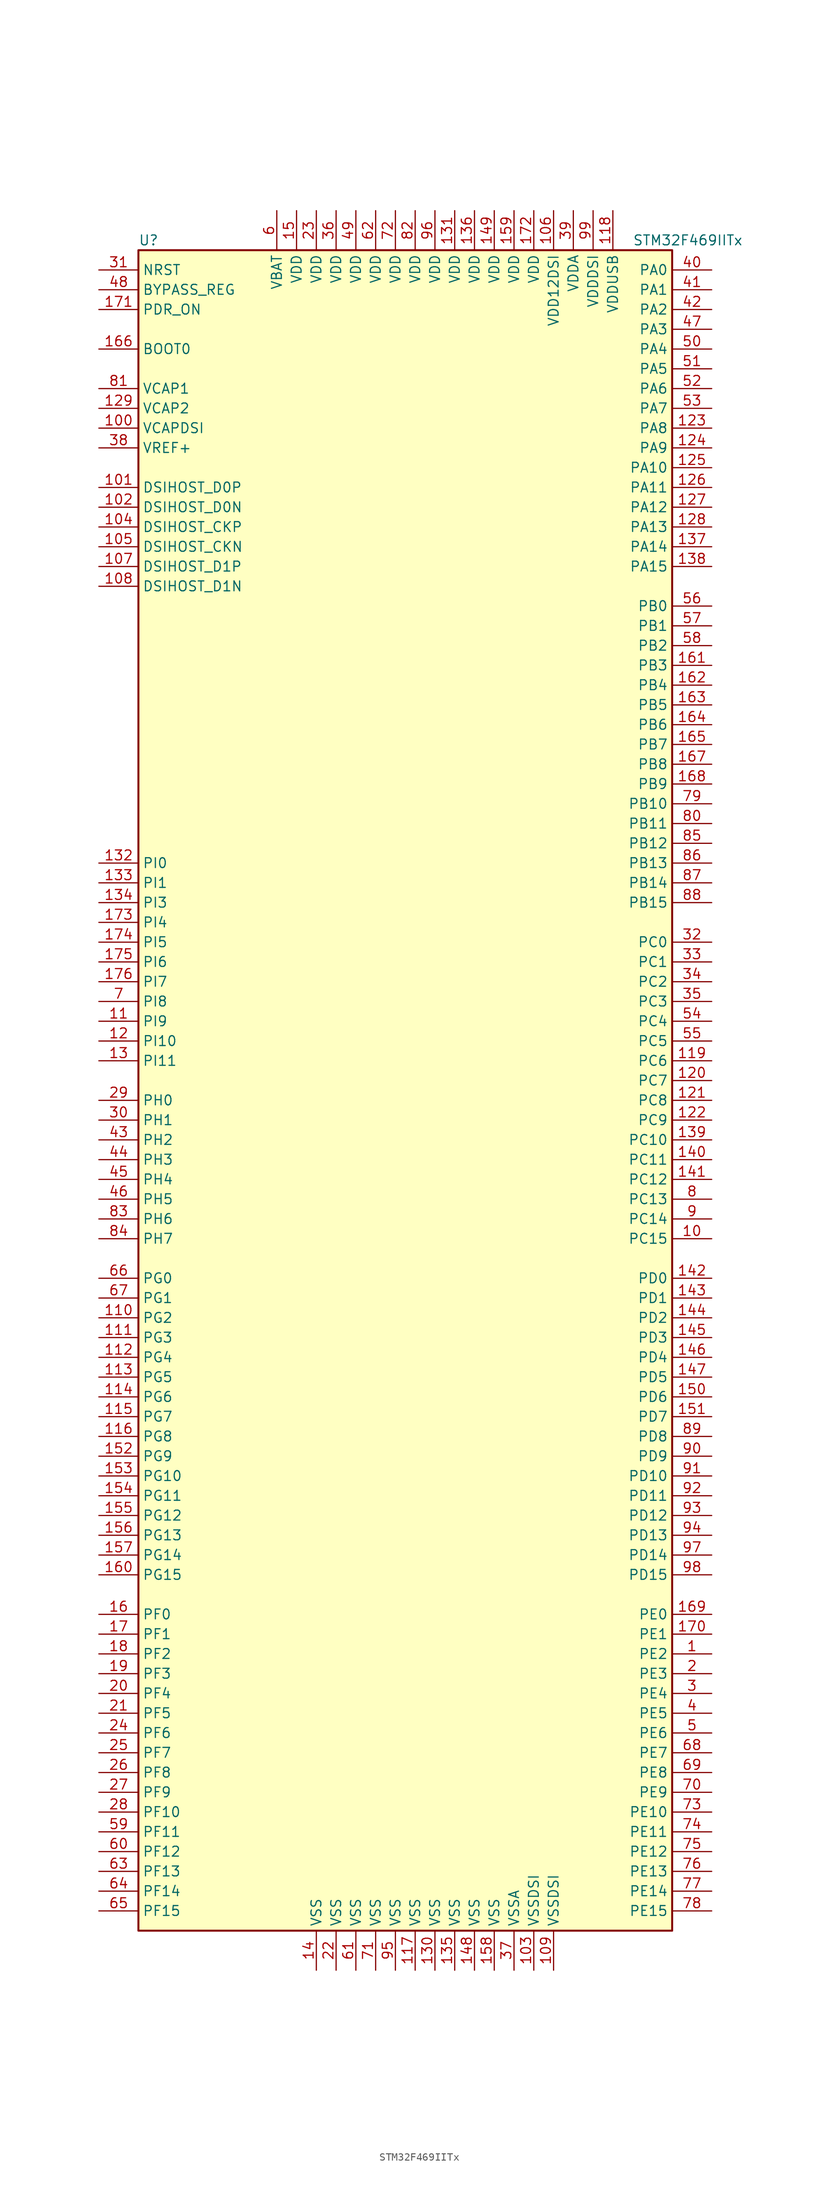
<source format=kicad_sym>
(kicad_symbol_lib
  (version 20201005)
  (generator kicad_symbol_editor)
  (symbol "STM32F469IITx"
    (property "Reference" "U"
      (at -35.56 107.95 0)
      (effects (font (size 1.27 1.27)) (justify left)))
    (property "Value" "STM32F469IITx"
      (at 27.94 107.95 0)
      (effects (font (size 1.27 1.27)) (justify left)))
    (symbol "STM32F469IITx_0_1"
      (rectangle (start -35.56 -109.22) (end 33.02 106.68) (stroke (width 0.254)) (fill (type background))))
    (symbol "STM32F469IITx_1_1"
      (pin bidirectional line (at 38.1 -73.66 180) (length 5.08) (name "PE2" (effects (font (size 1.27 1.27)))) (number "1" (effects (font (size 1.27 1.27)))))
      (pin bidirectional line (at 38.1 -20.32 180) (length 5.08) (name "PC15" (effects (font (size 1.27 1.27)))) (number "10" (effects (font (size 1.27 1.27)))))
      (pin power_in line (at -40.64 83.82 0) (length 5.08) (name "VCAPDSI" (effects (font (size 1.27 1.27)))) (number "100" (effects (font (size 1.27 1.27)))))
      (pin bidirectional line (at -40.64 76.2 0) (length 5.08) (name "DSIHOST_D0P" (effects (font (size 1.27 1.27)))) (number "101" (effects (font (size 1.27 1.27)))))
      (pin bidirectional line (at -40.64 73.66 0) (length 5.08) (name "DSIHOST_D0N" (effects (font (size 1.27 1.27)))) (number "102" (effects (font (size 1.27 1.27)))))
      (pin power_in line (at 15.24 -114.3 90) (length 5.08) (name "VSSDSI" (effects (font (size 1.27 1.27)))) (number "103" (effects (font (size 1.27 1.27)))))
      (pin bidirectional line (at -40.64 71.12 0) (length 5.08) (name "DSIHOST_CKP" (effects (font (size 1.27 1.27)))) (number "104" (effects (font (size 1.27 1.27)))))
      (pin bidirectional line (at -40.64 68.58 0) (length 5.08) (name "DSIHOST_CKN" (effects (font (size 1.27 1.27)))) (number "105" (effects (font (size 1.27 1.27)))))
      (pin power_in line (at 17.78 111.76 270) (length 5.08) (name "VDD12DSI" (effects (font (size 1.27 1.27)))) (number "106" (effects (font (size 1.27 1.27)))))
      (pin bidirectional line (at -40.64 66.04 0) (length 5.08) (name "DSIHOST_D1P" (effects (font (size 1.27 1.27)))) (number "107" (effects (font (size 1.27 1.27)))))
      (pin bidirectional line (at -40.64 63.5 0) (length 5.08) (name "DSIHOST_D1N" (effects (font (size 1.27 1.27)))) (number "108" (effects (font (size 1.27 1.27)))))
      (pin power_in line (at 17.78 -114.3 90) (length 5.08) (name "VSSDSI" (effects (font (size 1.27 1.27)))) (number "109" (effects (font (size 1.27 1.27)))))
      (pin bidirectional line (at -40.64 7.62 0) (length 5.08) (name "PI9" (effects (font (size 1.27 1.27)))) (number "11" (effects (font (size 1.27 1.27)))))
      (pin bidirectional line (at -40.64 -30.48 0) (length 5.08) (name "PG2" (effects (font (size 1.27 1.27)))) (number "110" (effects (font (size 1.27 1.27)))))
      (pin bidirectional line (at -40.64 -33.02 0) (length 5.08) (name "PG3" (effects (font (size 1.27 1.27)))) (number "111" (effects (font (size 1.27 1.27)))))
      (pin bidirectional line (at -40.64 -35.56 0) (length 5.08) (name "PG4" (effects (font (size 1.27 1.27)))) (number "112" (effects (font (size 1.27 1.27)))))
      (pin bidirectional line (at -40.64 -38.1 0) (length 5.08) (name "PG5" (effects (font (size 1.27 1.27)))) (number "113" (effects (font (size 1.27 1.27)))))
      (pin bidirectional line (at -40.64 -40.64 0) (length 5.08) (name "PG6" (effects (font (size 1.27 1.27)))) (number "114" (effects (font (size 1.27 1.27)))))
      (pin bidirectional line (at -40.64 -43.18 0) (length 5.08) (name "PG7" (effects (font (size 1.27 1.27)))) (number "115" (effects (font (size 1.27 1.27)))))
      (pin bidirectional line (at -40.64 -45.72 0) (length 5.08) (name "PG8" (effects (font (size 1.27 1.27)))) (number "116" (effects (font (size 1.27 1.27)))))
      (pin power_in line (at 0 -114.3 90) (length 5.08) (name "VSS" (effects (font (size 1.27 1.27)))) (number "117" (effects (font (size 1.27 1.27)))))
      (pin power_in line (at 25.4 111.76 270) (length 5.08) (name "VDDUSB" (effects (font (size 1.27 1.27)))) (number "118" (effects (font (size 1.27 1.27)))))
      (pin bidirectional line (at 38.1 2.54 180) (length 5.08) (name "PC6" (effects (font (size 1.27 1.27)))) (number "119" (effects (font (size 1.27 1.27)))))
      (pin bidirectional line (at -40.64 5.08 0) (length 5.08) (name "PI10" (effects (font (size 1.27 1.27)))) (number "12" (effects (font (size 1.27 1.27)))))
      (pin bidirectional line (at 38.1 0 180) (length 5.08) (name "PC7" (effects (font (size 1.27 1.27)))) (number "120" (effects (font (size 1.27 1.27)))))
      (pin bidirectional line (at 38.1 -2.54 180) (length 5.08) (name "PC8" (effects (font (size 1.27 1.27)))) (number "121" (effects (font (size 1.27 1.27)))))
      (pin bidirectional line (at 38.1 -5.08 180) (length 5.08) (name "PC9" (effects (font (size 1.27 1.27)))) (number "122" (effects (font (size 1.27 1.27)))))
      (pin bidirectional line (at 38.1 83.82 180) (length 5.08) (name "PA8" (effects (font (size 1.27 1.27)))) (number "123" (effects (font (size 1.27 1.27)))))
      (pin bidirectional line (at 38.1 81.28 180) (length 5.08) (name "PA9" (effects (font (size 1.27 1.27)))) (number "124" (effects (font (size 1.27 1.27)))))
      (pin bidirectional line (at 38.1 78.74 180) (length 5.08) (name "PA10" (effects (font (size 1.27 1.27)))) (number "125" (effects (font (size 1.27 1.27)))))
      (pin bidirectional line (at 38.1 76.2 180) (length 5.08) (name "PA11" (effects (font (size 1.27 1.27)))) (number "126" (effects (font (size 1.27 1.27)))))
      (pin bidirectional line (at 38.1 73.66 180) (length 5.08) (name "PA12" (effects (font (size 1.27 1.27)))) (number "127" (effects (font (size 1.27 1.27)))))
      (pin bidirectional line (at 38.1 71.12 180) (length 5.08) (name "PA13" (effects (font (size 1.27 1.27)))) (number "128" (effects (font (size 1.27 1.27)))))
      (pin power_in line (at -40.64 86.36 0) (length 5.08) (name "VCAP2" (effects (font (size 1.27 1.27)))) (number "129" (effects (font (size 1.27 1.27)))))
      (pin bidirectional line (at -40.64 2.54 0) (length 5.08) (name "PI11" (effects (font (size 1.27 1.27)))) (number "13" (effects (font (size 1.27 1.27)))))
      (pin power_in line (at 2.54 -114.3 90) (length 5.08) (name "VSS" (effects (font (size 1.27 1.27)))) (number "130" (effects (font (size 1.27 1.27)))))
      (pin power_in line (at 5.08 111.76 270) (length 5.08) (name "VDD" (effects (font (size 1.27 1.27)))) (number "131" (effects (font (size 1.27 1.27)))))
      (pin bidirectional line (at -40.64 27.94 0) (length 5.08) (name "PI0" (effects (font (size 1.27 1.27)))) (number "132" (effects (font (size 1.27 1.27)))))
      (pin bidirectional line (at -40.64 25.4 0) (length 5.08) (name "PI1" (effects (font (size 1.27 1.27)))) (number "133" (effects (font (size 1.27 1.27)))))
      (pin bidirectional line (at -40.64 22.86 0) (length 5.08) (name "PI3" (effects (font (size 1.27 1.27)))) (number "134" (effects (font (size 1.27 1.27)))))
      (pin power_in line (at 5.08 -114.3 90) (length 5.08) (name "VSS" (effects (font (size 1.27 1.27)))) (number "135" (effects (font (size 1.27 1.27)))))
      (pin power_in line (at 7.62 111.76 270) (length 5.08) (name "VDD" (effects (font (size 1.27 1.27)))) (number "136" (effects (font (size 1.27 1.27)))))
      (pin bidirectional line (at 38.1 68.58 180) (length 5.08) (name "PA14" (effects (font (size 1.27 1.27)))) (number "137" (effects (font (size 1.27 1.27)))))
      (pin bidirectional line (at 38.1 66.04 180) (length 5.08) (name "PA15" (effects (font (size 1.27 1.27)))) (number "138" (effects (font (size 1.27 1.27)))))
      (pin bidirectional line (at 38.1 -7.62 180) (length 5.08) (name "PC10" (effects (font (size 1.27 1.27)))) (number "139" (effects (font (size 1.27 1.27)))))
      (pin power_in line (at -12.7 -114.3 90) (length 5.08) (name "VSS" (effects (font (size 1.27 1.27)))) (number "14" (effects (font (size 1.27 1.27)))))
      (pin bidirectional line (at 38.1 -10.16 180) (length 5.08) (name "PC11" (effects (font (size 1.27 1.27)))) (number "140" (effects (font (size 1.27 1.27)))))
      (pin bidirectional line (at 38.1 -12.7 180) (length 5.08) (name "PC12" (effects (font (size 1.27 1.27)))) (number "141" (effects (font (size 1.27 1.27)))))
      (pin bidirectional line (at 38.1 -25.4 180) (length 5.08) (name "PD0" (effects (font (size 1.27 1.27)))) (number "142" (effects (font (size 1.27 1.27)))))
      (pin bidirectional line (at 38.1 -27.94 180) (length 5.08) (name "PD1" (effects (font (size 1.27 1.27)))) (number "143" (effects (font (size 1.27 1.27)))))
      (pin bidirectional line (at 38.1 -30.48 180) (length 5.08) (name "PD2" (effects (font (size 1.27 1.27)))) (number "144" (effects (font (size 1.27 1.27)))))
      (pin bidirectional line (at 38.1 -33.02 180) (length 5.08) (name "PD3" (effects (font (size 1.27 1.27)))) (number "145" (effects (font (size 1.27 1.27)))))
      (pin bidirectional line (at 38.1 -35.56 180) (length 5.08) (name "PD4" (effects (font (size 1.27 1.27)))) (number "146" (effects (font (size 1.27 1.27)))))
      (pin bidirectional line (at 38.1 -38.1 180) (length 5.08) (name "PD5" (effects (font (size 1.27 1.27)))) (number "147" (effects (font (size 1.27 1.27)))))
      (pin power_in line (at 7.62 -114.3 90) (length 5.08) (name "VSS" (effects (font (size 1.27 1.27)))) (number "148" (effects (font (size 1.27 1.27)))))
      (pin power_in line (at 10.16 111.76 270) (length 5.08) (name "VDD" (effects (font (size 1.27 1.27)))) (number "149" (effects (font (size 1.27 1.27)))))
      (pin power_in line (at -15.24 111.76 270) (length 5.08) (name "VDD" (effects (font (size 1.27 1.27)))) (number "15" (effects (font (size 1.27 1.27)))))
      (pin bidirectional line (at 38.1 -40.64 180) (length 5.08) (name "PD6" (effects (font (size 1.27 1.27)))) (number "150" (effects (font (size 1.27 1.27)))))
      (pin bidirectional line (at 38.1 -43.18 180) (length 5.08) (name "PD7" (effects (font (size 1.27 1.27)))) (number "151" (effects (font (size 1.27 1.27)))))
      (pin bidirectional line (at -40.64 -48.26 0) (length 5.08) (name "PG9" (effects (font (size 1.27 1.27)))) (number "152" (effects (font (size 1.27 1.27)))))
      (pin bidirectional line (at -40.64 -50.8 0) (length 5.08) (name "PG10" (effects (font (size 1.27 1.27)))) (number "153" (effects (font (size 1.27 1.27)))))
      (pin bidirectional line (at -40.64 -53.34 0) (length 5.08) (name "PG11" (effects (font (size 1.27 1.27)))) (number "154" (effects (font (size 1.27 1.27)))))
      (pin bidirectional line (at -40.64 -55.88 0) (length 5.08) (name "PG12" (effects (font (size 1.27 1.27)))) (number "155" (effects (font (size 1.27 1.27)))))
      (pin bidirectional line (at -40.64 -58.42 0) (length 5.08) (name "PG13" (effects (font (size 1.27 1.27)))) (number "156" (effects (font (size 1.27 1.27)))))
      (pin bidirectional line (at -40.64 -60.96 0) (length 5.08) (name "PG14" (effects (font (size 1.27 1.27)))) (number "157" (effects (font (size 1.27 1.27)))))
      (pin power_in line (at 10.16 -114.3 90) (length 5.08) (name "VSS" (effects (font (size 1.27 1.27)))) (number "158" (effects (font (size 1.27 1.27)))))
      (pin power_in line (at 12.7 111.76 270) (length 5.08) (name "VDD" (effects (font (size 1.27 1.27)))) (number "159" (effects (font (size 1.27 1.27)))))
      (pin bidirectional line (at -40.64 -68.58 0) (length 5.08) (name "PF0" (effects (font (size 1.27 1.27)))) (number "16" (effects (font (size 1.27 1.27)))))
      (pin bidirectional line (at -40.64 -63.5 0) (length 5.08) (name "PG15" (effects (font (size 1.27 1.27)))) (number "160" (effects (font (size 1.27 1.27)))))
      (pin bidirectional line (at 38.1 53.34 180) (length 5.08) (name "PB3" (effects (font (size 1.27 1.27)))) (number "161" (effects (font (size 1.27 1.27)))))
      (pin bidirectional line (at 38.1 50.8 180) (length 5.08) (name "PB4" (effects (font (size 1.27 1.27)))) (number "162" (effects (font (size 1.27 1.27)))))
      (pin bidirectional line (at 38.1 48.26 180) (length 5.08) (name "PB5" (effects (font (size 1.27 1.27)))) (number "163" (effects (font (size 1.27 1.27)))))
      (pin bidirectional line (at 38.1 45.72 180) (length 5.08) (name "PB6" (effects (font (size 1.27 1.27)))) (number "164" (effects (font (size 1.27 1.27)))))
      (pin bidirectional line (at 38.1 43.18 180) (length 5.08) (name "PB7" (effects (font (size 1.27 1.27)))) (number "165" (effects (font (size 1.27 1.27)))))
      (pin input line (at -40.64 93.98 0) (length 5.08) (name "BOOT0" (effects (font (size 1.27 1.27)))) (number "166" (effects (font (size 1.27 1.27)))))
      (pin bidirectional line (at 38.1 40.64 180) (length 5.08) (name "PB8" (effects (font (size 1.27 1.27)))) (number "167" (effects (font (size 1.27 1.27)))))
      (pin bidirectional line (at 38.1 38.1 180) (length 5.08) (name "PB9" (effects (font (size 1.27 1.27)))) (number "168" (effects (font (size 1.27 1.27)))))
      (pin bidirectional line (at 38.1 -68.58 180) (length 5.08) (name "PE0" (effects (font (size 1.27 1.27)))) (number "169" (effects (font (size 1.27 1.27)))))
      (pin bidirectional line (at -40.64 -71.12 0) (length 5.08) (name "PF1" (effects (font (size 1.27 1.27)))) (number "17" (effects (font (size 1.27 1.27)))))
      (pin bidirectional line (at 38.1 -71.12 180) (length 5.08) (name "PE1" (effects (font (size 1.27 1.27)))) (number "170" (effects (font (size 1.27 1.27)))))
      (pin input line (at -40.64 99.06 0) (length 5.08) (name "PDR_ON" (effects (font (size 1.27 1.27)))) (number "171" (effects (font (size 1.27 1.27)))))
      (pin power_in line (at 15.24 111.76 270) (length 5.08) (name "VDD" (effects (font (size 1.27 1.27)))) (number "172" (effects (font (size 1.27 1.27)))))
      (pin bidirectional line (at -40.64 20.32 0) (length 5.08) (name "PI4" (effects (font (size 1.27 1.27)))) (number "173" (effects (font (size 1.27 1.27)))))
      (pin bidirectional line (at -40.64 17.78 0) (length 5.08) (name "PI5" (effects (font (size 1.27 1.27)))) (number "174" (effects (font (size 1.27 1.27)))))
      (pin bidirectional line (at -40.64 15.24 0) (length 5.08) (name "PI6" (effects (font (size 1.27 1.27)))) (number "175" (effects (font (size 1.27 1.27)))))
      (pin bidirectional line (at -40.64 12.7 0) (length 5.08) (name "PI7" (effects (font (size 1.27 1.27)))) (number "176" (effects (font (size 1.27 1.27)))))
      (pin bidirectional line (at -40.64 -73.66 0) (length 5.08) (name "PF2" (effects (font (size 1.27 1.27)))) (number "18" (effects (font (size 1.27 1.27)))))
      (pin bidirectional line (at -40.64 -76.2 0) (length 5.08) (name "PF3" (effects (font (size 1.27 1.27)))) (number "19" (effects (font (size 1.27 1.27)))))
      (pin bidirectional line (at 38.1 -76.2 180) (length 5.08) (name "PE3" (effects (font (size 1.27 1.27)))) (number "2" (effects (font (size 1.27 1.27)))))
      (pin bidirectional line (at -40.64 -78.74 0) (length 5.08) (name "PF4" (effects (font (size 1.27 1.27)))) (number "20" (effects (font (size 1.27 1.27)))))
      (pin bidirectional line (at -40.64 -81.28 0) (length 5.08) (name "PF5" (effects (font (size 1.27 1.27)))) (number "21" (effects (font (size 1.27 1.27)))))
      (pin power_in line (at -10.16 -114.3 90) (length 5.08) (name "VSS" (effects (font (size 1.27 1.27)))) (number "22" (effects (font (size 1.27 1.27)))))
      (pin power_in line (at -12.7 111.76 270) (length 5.08) (name "VDD" (effects (font (size 1.27 1.27)))) (number "23" (effects (font (size 1.27 1.27)))))
      (pin bidirectional line (at -40.64 -83.82 0) (length 5.08) (name "PF6" (effects (font (size 1.27 1.27)))) (number "24" (effects (font (size 1.27 1.27)))))
      (pin bidirectional line (at -40.64 -86.36 0) (length 5.08) (name "PF7" (effects (font (size 1.27 1.27)))) (number "25" (effects (font (size 1.27 1.27)))))
      (pin bidirectional line (at -40.64 -88.9 0) (length 5.08) (name "PF8" (effects (font (size 1.27 1.27)))) (number "26" (effects (font (size 1.27 1.27)))))
      (pin bidirectional line (at -40.64 -91.44 0) (length 5.08) (name "PF9" (effects (font (size 1.27 1.27)))) (number "27" (effects (font (size 1.27 1.27)))))
      (pin bidirectional line (at -40.64 -93.98 0) (length 5.08) (name "PF10" (effects (font (size 1.27 1.27)))) (number "28" (effects (font (size 1.27 1.27)))))
      (pin input line (at -40.64 -2.54 0) (length 5.08) (name "PH0" (effects (font (size 1.27 1.27)))) (number "29" (effects (font (size 1.27 1.27)))))
      (pin bidirectional line (at 38.1 -78.74 180) (length 5.08) (name "PE4" (effects (font (size 1.27 1.27)))) (number "3" (effects (font (size 1.27 1.27)))))
      (pin input line (at -40.64 -5.08 0) (length 5.08) (name "PH1" (effects (font (size 1.27 1.27)))) (number "30" (effects (font (size 1.27 1.27)))))
      (pin input line (at -40.64 104.14 0) (length 5.08) (name "NRST" (effects (font (size 1.27 1.27)))) (number "31" (effects (font (size 1.27 1.27)))))
      (pin bidirectional line (at 38.1 17.78 180) (length 5.08) (name "PC0" (effects (font (size 1.27 1.27)))) (number "32" (effects (font (size 1.27 1.27)))))
      (pin bidirectional line (at 38.1 15.24 180) (length 5.08) (name "PC1" (effects (font (size 1.27 1.27)))) (number "33" (effects (font (size 1.27 1.27)))))
      (pin bidirectional line (at 38.1 12.7 180) (length 5.08) (name "PC2" (effects (font (size 1.27 1.27)))) (number "34" (effects (font (size 1.27 1.27)))))
      (pin bidirectional line (at 38.1 10.16 180) (length 5.08) (name "PC3" (effects (font (size 1.27 1.27)))) (number "35" (effects (font (size 1.27 1.27)))))
      (pin power_in line (at -10.16 111.76 270) (length 5.08) (name "VDD" (effects (font (size 1.27 1.27)))) (number "36" (effects (font (size 1.27 1.27)))))
      (pin power_in line (at 12.7 -114.3 90) (length 5.08) (name "VSSA" (effects (font (size 1.27 1.27)))) (number "37" (effects (font (size 1.27 1.27)))))
      (pin power_in line (at -40.64 81.28 0) (length 5.08) (name "VREF+" (effects (font (size 1.27 1.27)))) (number "38" (effects (font (size 1.27 1.27)))))
      (pin power_in line (at 20.32 111.76 270) (length 5.08) (name "VDDA" (effects (font (size 1.27 1.27)))) (number "39" (effects (font (size 1.27 1.27)))))
      (pin bidirectional line (at 38.1 -81.28 180) (length 5.08) (name "PE5" (effects (font (size 1.27 1.27)))) (number "4" (effects (font (size 1.27 1.27)))))
      (pin bidirectional line (at 38.1 104.14 180) (length 5.08) (name "PA0" (effects (font (size 1.27 1.27)))) (number "40" (effects (font (size 1.27 1.27)))))
      (pin bidirectional line (at 38.1 101.6 180) (length 5.08) (name "PA1" (effects (font (size 1.27 1.27)))) (number "41" (effects (font (size 1.27 1.27)))))
      (pin bidirectional line (at 38.1 99.06 180) (length 5.08) (name "PA2" (effects (font (size 1.27 1.27)))) (number "42" (effects (font (size 1.27 1.27)))))
      (pin bidirectional line (at -40.64 -7.62 0) (length 5.08) (name "PH2" (effects (font (size 1.27 1.27)))) (number "43" (effects (font (size 1.27 1.27)))))
      (pin bidirectional line (at -40.64 -10.16 0) (length 5.08) (name "PH3" (effects (font (size 1.27 1.27)))) (number "44" (effects (font (size 1.27 1.27)))))
      (pin bidirectional line (at -40.64 -12.7 0) (length 5.08) (name "PH4" (effects (font (size 1.27 1.27)))) (number "45" (effects (font (size 1.27 1.27)))))
      (pin bidirectional line (at -40.64 -15.24 0) (length 5.08) (name "PH5" (effects (font (size 1.27 1.27)))) (number "46" (effects (font (size 1.27 1.27)))))
      (pin bidirectional line (at 38.1 96.52 180) (length 5.08) (name "PA3" (effects (font (size 1.27 1.27)))) (number "47" (effects (font (size 1.27 1.27)))))
      (pin input line (at -40.64 101.6 0) (length 5.08) (name "BYPASS_REG" (effects (font (size 1.27 1.27)))) (number "48" (effects (font (size 1.27 1.27)))))
      (pin power_in line (at -7.62 111.76 270) (length 5.08) (name "VDD" (effects (font (size 1.27 1.27)))) (number "49" (effects (font (size 1.27 1.27)))))
      (pin bidirectional line (at 38.1 -83.82 180) (length 5.08) (name "PE6" (effects (font (size 1.27 1.27)))) (number "5" (effects (font (size 1.27 1.27)))))
      (pin bidirectional line (at 38.1 93.98 180) (length 5.08) (name "PA4" (effects (font (size 1.27 1.27)))) (number "50" (effects (font (size 1.27 1.27)))))
      (pin bidirectional line (at 38.1 91.44 180) (length 5.08) (name "PA5" (effects (font (size 1.27 1.27)))) (number "51" (effects (font (size 1.27 1.27)))))
      (pin bidirectional line (at 38.1 88.9 180) (length 5.08) (name "PA6" (effects (font (size 1.27 1.27)))) (number "52" (effects (font (size 1.27 1.27)))))
      (pin bidirectional line (at 38.1 86.36 180) (length 5.08) (name "PA7" (effects (font (size 1.27 1.27)))) (number "53" (effects (font (size 1.27 1.27)))))
      (pin bidirectional line (at 38.1 7.62 180) (length 5.08) (name "PC4" (effects (font (size 1.27 1.27)))) (number "54" (effects (font (size 1.27 1.27)))))
      (pin bidirectional line (at 38.1 5.08 180) (length 5.08) (name "PC5" (effects (font (size 1.27 1.27)))) (number "55" (effects (font (size 1.27 1.27)))))
      (pin bidirectional line (at 38.1 60.96 180) (length 5.08) (name "PB0" (effects (font (size 1.27 1.27)))) (number "56" (effects (font (size 1.27 1.27)))))
      (pin bidirectional line (at 38.1 58.42 180) (length 5.08) (name "PB1" (effects (font (size 1.27 1.27)))) (number "57" (effects (font (size 1.27 1.27)))))
      (pin bidirectional line (at 38.1 55.88 180) (length 5.08) (name "PB2" (effects (font (size 1.27 1.27)))) (number "58" (effects (font (size 1.27 1.27)))))
      (pin bidirectional line (at -40.64 -96.52 0) (length 5.08) (name "PF11" (effects (font (size 1.27 1.27)))) (number "59" (effects (font (size 1.27 1.27)))))
      (pin power_in line (at -17.78 111.76 270) (length 5.08) (name "VBAT" (effects (font (size 1.27 1.27)))) (number "6" (effects (font (size 1.27 1.27)))))
      (pin bidirectional line (at -40.64 -99.06 0) (length 5.08) (name "PF12" (effects (font (size 1.27 1.27)))) (number "60" (effects (font (size 1.27 1.27)))))
      (pin power_in line (at -7.62 -114.3 90) (length 5.08) (name "VSS" (effects (font (size 1.27 1.27)))) (number "61" (effects (font (size 1.27 1.27)))))
      (pin power_in line (at -5.08 111.76 270) (length 5.08) (name "VDD" (effects (font (size 1.27 1.27)))) (number "62" (effects (font (size 1.27 1.27)))))
      (pin bidirectional line (at -40.64 -101.6 0) (length 5.08) (name "PF13" (effects (font (size 1.27 1.27)))) (number "63" (effects (font (size 1.27 1.27)))))
      (pin bidirectional line (at -40.64 -104.14 0) (length 5.08) (name "PF14" (effects (font (size 1.27 1.27)))) (number "64" (effects (font (size 1.27 1.27)))))
      (pin bidirectional line (at -40.64 -106.68 0) (length 5.08) (name "PF15" (effects (font (size 1.27 1.27)))) (number "65" (effects (font (size 1.27 1.27)))))
      (pin bidirectional line (at -40.64 -25.4 0) (length 5.08) (name "PG0" (effects (font (size 1.27 1.27)))) (number "66" (effects (font (size 1.27 1.27)))))
      (pin bidirectional line (at -40.64 -27.94 0) (length 5.08) (name "PG1" (effects (font (size 1.27 1.27)))) (number "67" (effects (font (size 1.27 1.27)))))
      (pin bidirectional line (at 38.1 -86.36 180) (length 5.08) (name "PE7" (effects (font (size 1.27 1.27)))) (number "68" (effects (font (size 1.27 1.27)))))
      (pin bidirectional line (at 38.1 -88.9 180) (length 5.08) (name "PE8" (effects (font (size 1.27 1.27)))) (number "69" (effects (font (size 1.27 1.27)))))
      (pin bidirectional line (at -40.64 10.16 0) (length 5.08) (name "PI8" (effects (font (size 1.27 1.27)))) (number "7" (effects (font (size 1.27 1.27)))))
      (pin bidirectional line (at 38.1 -91.44 180) (length 5.08) (name "PE9" (effects (font (size 1.27 1.27)))) (number "70" (effects (font (size 1.27 1.27)))))
      (pin power_in line (at -5.08 -114.3 90) (length 5.08) (name "VSS" (effects (font (size 1.27 1.27)))) (number "71" (effects (font (size 1.27 1.27)))))
      (pin power_in line (at -2.54 111.76 270) (length 5.08) (name "VDD" (effects (font (size 1.27 1.27)))) (number "72" (effects (font (size 1.27 1.27)))))
      (pin bidirectional line (at 38.1 -93.98 180) (length 5.08) (name "PE10" (effects (font (size 1.27 1.27)))) (number "73" (effects (font (size 1.27 1.27)))))
      (pin bidirectional line (at 38.1 -96.52 180) (length 5.08) (name "PE11" (effects (font (size 1.27 1.27)))) (number "74" (effects (font (size 1.27 1.27)))))
      (pin bidirectional line (at 38.1 -99.06 180) (length 5.08) (name "PE12" (effects (font (size 1.27 1.27)))) (number "75" (effects (font (size 1.27 1.27)))))
      (pin bidirectional line (at 38.1 -101.6 180) (length 5.08) (name "PE13" (effects (font (size 1.27 1.27)))) (number "76" (effects (font (size 1.27 1.27)))))
      (pin bidirectional line (at 38.1 -104.14 180) (length 5.08) (name "PE14" (effects (font (size 1.27 1.27)))) (number "77" (effects (font (size 1.27 1.27)))))
      (pin bidirectional line (at 38.1 -106.68 180) (length 5.08) (name "PE15" (effects (font (size 1.27 1.27)))) (number "78" (effects (font (size 1.27 1.27)))))
      (pin bidirectional line (at 38.1 35.56 180) (length 5.08) (name "PB10" (effects (font (size 1.27 1.27)))) (number "79" (effects (font (size 1.27 1.27)))))
      (pin bidirectional line (at 38.1 -15.24 180) (length 5.08) (name "PC13" (effects (font (size 1.27 1.27)))) (number "8" (effects (font (size 1.27 1.27)))))
      (pin bidirectional line (at 38.1 33.02 180) (length 5.08) (name "PB11" (effects (font (size 1.27 1.27)))) (number "80" (effects (font (size 1.27 1.27)))))
      (pin power_in line (at -40.64 88.9 0) (length 5.08) (name "VCAP1" (effects (font (size 1.27 1.27)))) (number "81" (effects (font (size 1.27 1.27)))))
      (pin power_in line (at 0 111.76 270) (length 5.08) (name "VDD" (effects (font (size 1.27 1.27)))) (number "82" (effects (font (size 1.27 1.27)))))
      (pin bidirectional line (at -40.64 -17.78 0) (length 5.08) (name "PH6" (effects (font (size 1.27 1.27)))) (number "83" (effects (font (size 1.27 1.27)))))
      (pin bidirectional line (at -40.64 -20.32 0) (length 5.08) (name "PH7" (effects (font (size 1.27 1.27)))) (number "84" (effects (font (size 1.27 1.27)))))
      (pin bidirectional line (at 38.1 30.48 180) (length 5.08) (name "PB12" (effects (font (size 1.27 1.27)))) (number "85" (effects (font (size 1.27 1.27)))))
      (pin bidirectional line (at 38.1 27.94 180) (length 5.08) (name "PB13" (effects (font (size 1.27 1.27)))) (number "86" (effects (font (size 1.27 1.27)))))
      (pin bidirectional line (at 38.1 25.4 180) (length 5.08) (name "PB14" (effects (font (size 1.27 1.27)))) (number "87" (effects (font (size 1.27 1.27)))))
      (pin bidirectional line (at 38.1 22.86 180) (length 5.08) (name "PB15" (effects (font (size 1.27 1.27)))) (number "88" (effects (font (size 1.27 1.27)))))
      (pin bidirectional line (at 38.1 -45.72 180) (length 5.08) (name "PD8" (effects (font (size 1.27 1.27)))) (number "89" (effects (font (size 1.27 1.27)))))
      (pin bidirectional line (at 38.1 -17.78 180) (length 5.08) (name "PC14" (effects (font (size 1.27 1.27)))) (number "9" (effects (font (size 1.27 1.27)))))
      (pin bidirectional line (at 38.1 -48.26 180) (length 5.08) (name "PD9" (effects (font (size 1.27 1.27)))) (number "90" (effects (font (size 1.27 1.27)))))
      (pin bidirectional line (at 38.1 -50.8 180) (length 5.08) (name "PD10" (effects (font (size 1.27 1.27)))) (number "91" (effects (font (size 1.27 1.27)))))
      (pin bidirectional line (at 38.1 -53.34 180) (length 5.08) (name "PD11" (effects (font (size 1.27 1.27)))) (number "92" (effects (font (size 1.27 1.27)))))
      (pin bidirectional line (at 38.1 -55.88 180) (length 5.08) (name "PD12" (effects (font (size 1.27 1.27)))) (number "93" (effects (font (size 1.27 1.27)))))
      (pin bidirectional line (at 38.1 -58.42 180) (length 5.08) (name "PD13" (effects (font (size 1.27 1.27)))) (number "94" (effects (font (size 1.27 1.27)))))
      (pin power_in line (at -2.54 -114.3 90) (length 5.08) (name "VSS" (effects (font (size 1.27 1.27)))) (number "95" (effects (font (size 1.27 1.27)))))
      (pin power_in line (at 2.54 111.76 270) (length 5.08) (name "VDD" (effects (font (size 1.27 1.27)))) (number "96" (effects (font (size 1.27 1.27)))))
      (pin bidirectional line (at 38.1 -60.96 180) (length 5.08) (name "PD14" (effects (font (size 1.27 1.27)))) (number "97" (effects (font (size 1.27 1.27)))))
      (pin bidirectional line (at 38.1 -63.5 180) (length 5.08) (name "PD15" (effects (font (size 1.27 1.27)))) (number "98" (effects (font (size 1.27 1.27)))))
      (pin power_in line (at 22.86 111.76 270) (length 5.08) (name "VDDDSI" (effects (font (size 1.27 1.27)))) (number "99" (effects (font (size 1.27 1.27))))))))
</source>
